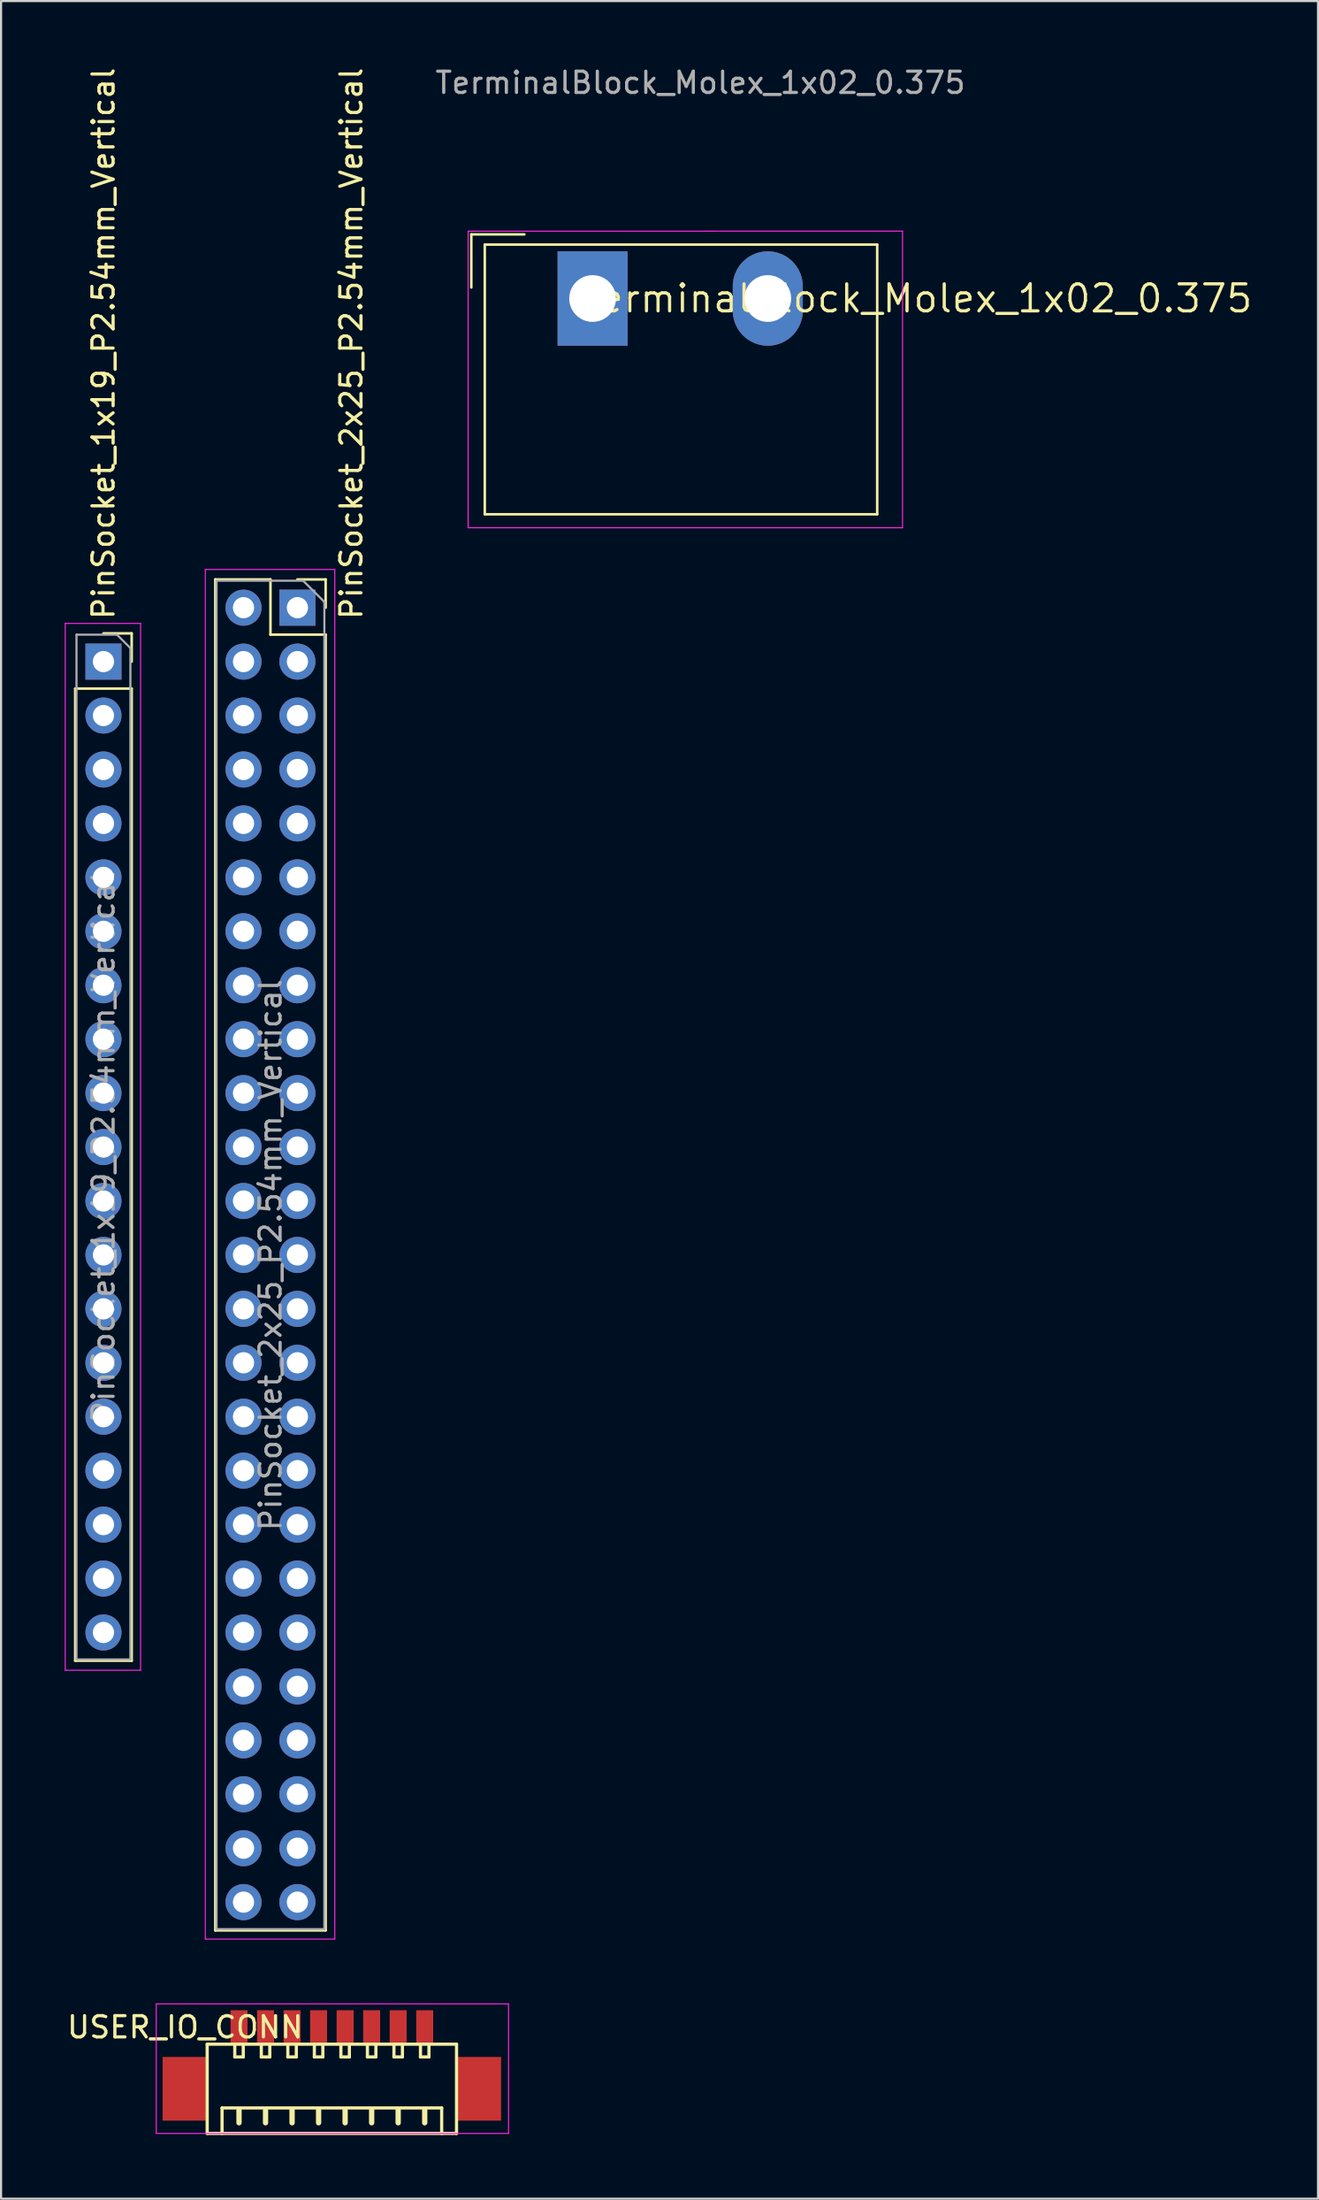
<source format=kicad_pcb>
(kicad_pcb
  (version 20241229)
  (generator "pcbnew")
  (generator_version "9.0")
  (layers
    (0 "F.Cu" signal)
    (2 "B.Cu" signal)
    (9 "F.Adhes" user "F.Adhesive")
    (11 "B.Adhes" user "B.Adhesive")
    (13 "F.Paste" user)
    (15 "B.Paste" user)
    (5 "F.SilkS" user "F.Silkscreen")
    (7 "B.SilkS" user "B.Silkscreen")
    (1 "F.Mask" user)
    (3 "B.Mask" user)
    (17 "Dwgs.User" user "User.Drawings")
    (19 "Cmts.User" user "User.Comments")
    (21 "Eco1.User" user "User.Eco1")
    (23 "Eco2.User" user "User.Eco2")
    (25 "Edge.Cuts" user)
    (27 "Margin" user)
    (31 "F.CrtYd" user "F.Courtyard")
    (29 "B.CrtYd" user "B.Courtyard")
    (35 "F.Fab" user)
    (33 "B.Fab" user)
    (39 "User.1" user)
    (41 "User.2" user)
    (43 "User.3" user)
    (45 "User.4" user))
  (footprint "USER_IO_CONN"
    (layer "F.Cu")
    (at 8.213 92.417)
    (property "Reference" "USER_IO_CONN" (at -2.54 0 180) (layer "F.SilkS") (effects (font (size 1 1) (thickness 0.15))))
    (attr through_hole)
    (fp_line (start -1.5 0.8) (end -1.5 5) (stroke (width 0.15) (type solid)) (layer "F.SilkS"))
    (fp_line (start -1.5 0.8) (end 10.25 0.8) (stroke (width 0.15) (type solid)) (layer "F.SilkS"))
    (fp_line (start -1.5 5) (end 10.25 5) (stroke (width 0.15) (type solid)) (layer "F.SilkS"))
    (fp_line (start -0.8 3.8) (end -0.8 5) (stroke (width 0.15) (type solid)) (layer "F.SilkS"))
    (fp_line (start -0.8 3.8) (end 9.55 3.8) (stroke (width 0.15) (type solid)) (layer "F.SilkS"))
    (fp_line (start -0.2 0.8) (end -0.2 1.4) (stroke (width 0.15) (type solid)) (layer "F.SilkS"))
    (fp_line (start -0.2 1.4) (end 0.2 1.4) (stroke (width 0.15) (type solid)) (layer "F.SilkS"))
    (fp_line (start 0 4.5) (end 0 3.9) (stroke (width 0.25) (type solid)) (layer "F.SilkS"))
    (fp_line (start 0.2 1.4) (end 0.2 0.8) (stroke (width 0.15) (type solid)) (layer "F.SilkS"))
    (fp_line (start 1.05 0.8) (end 1.05 1.4) (stroke (width 0.15) (type solid)) (layer "F.SilkS"))
    (fp_line (start 1.05 1.4) (end 1.45 1.4) (stroke (width 0.15) (type solid)) (layer "F.SilkS"))
    (fp_line (start 1.25 4.5) (end 1.25 3.9) (stroke (width 0.25) (type solid)) (layer "F.SilkS"))
    (fp_line (start 1.45 1.4) (end 1.45 0.8) (stroke (width 0.15) (type solid)) (layer "F.SilkS"))
    (fp_line (start 2.3 0.8) (end 2.3 1.4) (stroke (width 0.15) (type solid)) (layer "F.SilkS"))
    (fp_line (start 2.3 1.4) (end 2.7 1.4) (stroke (width 0.15) (type solid)) (layer "F.SilkS"))
    (fp_line (start 2.5 4.5) (end 2.5 3.9) (stroke (width 0.25) (type solid)) (layer "F.SilkS"))
    (fp_line (start 2.7 1.4) (end 2.7 0.8) (stroke (width 0.15) (type solid)) (layer "F.SilkS"))
    (fp_line (start 3.55 0.8) (end 3.55 1.4) (stroke (width 0.15) (type solid)) (layer "F.SilkS"))
    (fp_line (start 3.55 1.4) (end 3.95 1.4) (stroke (width 0.15) (type solid)) (layer "F.SilkS"))
    (fp_line (start 3.75 4.5) (end 3.75 3.9) (stroke (width 0.25) (type solid)) (layer "F.SilkS"))
    (fp_line (start 3.95 1.4) (end 3.95 0.8) (stroke (width 0.15) (type solid)) (layer "F.SilkS"))
    (fp_line (start 4.8 0.8) (end 4.8 1.4) (stroke (width 0.15) (type solid)) (layer "F.SilkS"))
    (fp_line (start 4.8 1.4) (end 5.2 1.4) (stroke (width 0.15) (type solid)) (layer "F.SilkS"))
    (fp_line (start 5 4.5) (end 5 3.9) (stroke (width 0.25) (type solid)) (layer "F.SilkS"))
    (fp_line (start 5.2 1.4) (end 5.2 0.8) (stroke (width 0.15) (type solid)) (layer "F.SilkS"))
    (fp_line (start 6.05 0.8) (end 6.05 1.4) (stroke (width 0.15) (type solid)) (layer "F.SilkS"))
    (fp_line (start 6.05 1.4) (end 6.45 1.4) (stroke (width 0.15) (type solid)) (layer "F.SilkS"))
    (fp_line (start 6.25 4.5) (end 6.25 3.9) (stroke (width 0.25) (type solid)) (layer "F.SilkS"))
    (fp_line (start 6.45 1.4) (end 6.45 0.8) (stroke (width 0.15) (type solid)) (layer "F.SilkS"))
    (fp_line (start 7.3 0.8) (end 7.3 1.4) (stroke (width 0.15) (type solid)) (layer "F.SilkS"))
    (fp_line (start 7.3 1.4) (end 7.7 1.4) (stroke (width 0.15) (type solid)) (layer "F.SilkS"))
    (fp_line (start 7.5 4.5) (end 7.5 3.9) (stroke (width 0.25) (type solid)) (layer "F.SilkS"))
    (fp_line (start 7.7 1.4) (end 7.7 0.8) (stroke (width 0.15) (type solid)) (layer "F.SilkS"))
    (fp_line (start 8.55 0.8) (end 8.55 1.4) (stroke (width 0.15) (type solid)) (layer "F.SilkS"))
    (fp_line (start 8.55 1.4) (end 8.95 1.4) (stroke (width 0.15) (type solid)) (layer "F.SilkS"))
    (fp_line (start 8.75 4.5) (end 8.75 3.9) (stroke (width 0.25) (type solid)) (layer "F.SilkS"))
    (fp_line (start 8.95 1.4) (end 8.95 0.8) (stroke (width 0.15) (type solid)) (layer "F.SilkS"))
    (fp_line (start 9.55 3.8) (end 9.55 5) (stroke (width 0.15) (type solid)) (layer "F.SilkS"))
    (fp_line (start 10.25 0.8) (end 10.25 5) (stroke (width 0.15) (type solid)) (layer "F.SilkS"))
    (fp_line (start -3.9 -1.1) (end 12.7 -1.1) (stroke (width 0.05) (type solid)) (layer "F.CrtYd"))
    (fp_line (start -3.9 5) (end -3.9 -1.1) (stroke (width 0.05) (type solid)) (layer "F.CrtYd"))
    (fp_line (start 12.7 -1.1) (end 12.7 5) (stroke (width 0.05) (type solid)) (layer "F.CrtYd"))
    (fp_line (start 12.7 5) (end -3.9 5) (stroke (width 0.05) (type solid)) (layer "F.CrtYd"))
    (pad "1" smd rect (at 0 0) (size 0.8 1.6) (layers "F.Cu" "F.Mask" "F.Paste"))
    (pad "2" smd rect (at 1.25 0) (size 0.8 1.6) (layers "F.Cu" "F.Mask" "F.Paste"))
    (pad "3" smd rect (at 2.5 0) (size 0.8 1.6) (layers "F.Cu" "F.Mask" "F.Paste"))
    (pad "4" smd rect (at 3.75 0) (size 0.8 1.6) (layers "F.Cu" "F.Mask" "F.Paste"))
    (pad "5" smd rect (at 5 0) (size 0.8 1.6) (layers "F.Cu" "F.Mask" "F.Paste"))
    (pad "6" smd rect (at 6.25 0) (size 0.8 1.6) (layers "F.Cu" "F.Mask" "F.Paste"))
    (pad "7" smd rect (at 7.5 0) (size 0.8 1.6) (layers "F.Cu" "F.Mask" "F.Paste"))
    (pad "8" smd rect (at 8.75 0) (size 0.8 1.6) (layers "F.Cu" "F.Mask" "F.Paste"))
    (pad "9" smd rect (at -2.55 2.9) (size 2.1 3) (layers "F.Cu" "F.Mask" "F.Paste"))
    (pad "10" smd rect (at 11.3 2.9) (size 2.1 3) (layers "F.Cu" "F.Mask" "F.Paste")))
  (footprint "PinSocket_1x19_P2.54mm_Vertical"
    (layer "F.Cu")
    (at 1.825 28.107)
    (property "Reference" "PinSocket_1x19_P2.54mm_Vertical" (at 0 -1.905 270) (layer "F.SilkS") (effects (font (size 1 1) (thickness 0.15)) (justify left)))
    (attr through_hole)
    (fp_line (start -1.33 1.27) (end -1.33 47.05) (stroke (width 0.12) (type solid)) (layer "F.SilkS"))
    (fp_line (start -1.33 1.27) (end 1.33 1.27) (stroke (width 0.12) (type solid)) (layer "F.SilkS"))
    (fp_line (start -1.33 47.05) (end 1.33 47.05) (stroke (width 0.12) (type solid)) (layer "F.SilkS"))
    (fp_line (start 0 -1.33) (end 1.33 -1.33) (stroke (width 0.12) (type solid)) (layer "F.SilkS"))
    (fp_line (start 1.33 -1.33) (end 1.33 0) (stroke (width 0.12) (type solid)) (layer "F.SilkS"))
    (fp_line (start 1.33 1.27) (end 1.33 47.05) (stroke (width 0.12) (type solid)) (layer "F.SilkS"))
    (fp_line (start -1.8 -1.8) (end 1.75 -1.8) (stroke (width 0.05) (type solid)) (layer "F.CrtYd"))
    (fp_line (start -1.8 47.5) (end -1.8 -1.8) (stroke (width 0.05) (type solid)) (layer "F.CrtYd"))
    (fp_line (start 1.75 -1.8) (end 1.75 47.5) (stroke (width 0.05) (type solid)) (layer "F.CrtYd"))
    (fp_line (start 1.75 47.5) (end -1.8 47.5) (stroke (width 0.05) (type solid)) (layer "F.CrtYd"))
    (fp_line (start -1.27 -1.27) (end 0.635 -1.27) (stroke (width 0.1) (type solid)) (layer "F.Fab"))
    (fp_line (start -1.27 46.99) (end -1.27 -1.27) (stroke (width 0.1) (type solid)) (layer "F.Fab"))
    (fp_line (start 0.635 -1.27) (end 1.27 -0.635) (stroke (width 0.1) (type solid)) (layer "F.Fab"))
    (fp_line (start 1.27 -0.635) (end 1.27 46.99) (stroke (width 0.1) (type solid)) (layer "F.Fab"))
    (fp_line (start 1.27 46.99) (end -1.27 46.99) (stroke (width 0.1) (type solid)) (layer "F.Fab"))
    (fp_text user "${REFERENCE}" (at 0 22.86 90) (layer "F.Fab") (effects (font (size 1 1) (thickness 0.15))))
    (pad "1" thru_hole rect (at 0 0) (size 1.7 1.7) (drill 1) (layers "*.Cu" "*.Mask"))
    (pad "2" thru_hole oval (at 0 2.54) (size 1.7 1.7) (drill 1) (layers "*.Cu" "*.Mask"))
    (pad "3" thru_hole oval (at 0 5.08) (size 1.7 1.7) (drill 1) (layers "*.Cu" "*.Mask"))
    (pad "4" thru_hole oval (at 0 7.62) (size 1.7 1.7) (drill 1) (layers "*.Cu" "*.Mask"))
    (pad "5" thru_hole oval (at 0 10.16) (size 1.7 1.7) (drill 1) (layers "*.Cu" "*.Mask"))
    (pad "6" thru_hole oval (at 0 12.7) (size 1.7 1.7) (drill 1) (layers "*.Cu" "*.Mask"))
    (pad "7" thru_hole oval (at 0 15.24) (size 1.7 1.7) (drill 1) (layers "*.Cu" "*.Mask"))
    (pad "8" thru_hole oval (at 0 17.78) (size 1.7 1.7) (drill 1) (layers "*.Cu" "*.Mask"))
    (pad "9" thru_hole oval (at 0 20.32) (size 1.7 1.7) (drill 1) (layers "*.Cu" "*.Mask"))
    (pad "10" thru_hole oval (at 0 22.86) (size 1.7 1.7) (drill 1) (layers "*.Cu" "*.Mask"))
    (pad "11" thru_hole oval (at 0 25.4) (size 1.7 1.7) (drill 1) (layers "*.Cu" "*.Mask"))
    (pad "12" thru_hole oval (at 0 27.94) (size 1.7 1.7) (drill 1) (layers "*.Cu" "*.Mask"))
    (pad "13" thru_hole oval (at 0 30.48) (size 1.7 1.7) (drill 1) (layers "*.Cu" "*.Mask"))
    (pad "14" thru_hole oval (at 0 33.02) (size 1.7 1.7) (drill 1) (layers "*.Cu" "*.Mask"))
    (pad "15" thru_hole oval (at 0 35.56) (size 1.7 1.7) (drill 1) (layers "*.Cu" "*.Mask"))
    (pad "16" thru_hole oval (at 0 38.1) (size 1.7 1.7) (drill 1) (layers "*.Cu" "*.Mask"))
    (pad "17" thru_hole oval (at 0 40.64) (size 1.7 1.7) (drill 1) (layers "*.Cu" "*.Mask"))
    (pad "18" thru_hole oval (at 0 43.18) (size 1.7 1.7) (drill 1) (layers "*.Cu" "*.Mask"))
    (pad "19" thru_hole oval (at 0 45.72) (size 1.7 1.7) (drill 1) (layers "*.Cu" "*.Mask")))
  (footprint "PinSocket_2x25_P2.54mm_Vertical"
    (layer "F.Cu")
    (at 10.965 25.567)
    (property "Reference" "PinSocket_2x25_P2.54mm_Vertical" (at 2.54 0.635 90) (layer "F.SilkS") (effects (font (size 1 1) (thickness 0.15)) (justify left)))
    (attr through_hole)
    (fp_line (start -3.87 -1.33) (end -3.87 62.29) (stroke (width 0.12) (type solid)) (layer "F.SilkS"))
    (fp_line (start -3.87 -1.33) (end -1.27 -1.33) (stroke (width 0.12) (type solid)) (layer "F.SilkS"))
    (fp_line (start -3.87 62.29) (end 1.33 62.29) (stroke (width 0.12) (type solid)) (layer "F.SilkS"))
    (fp_line (start -1.27 -1.33) (end -1.27 1.27) (stroke (width 0.12) (type solid)) (layer "F.SilkS"))
    (fp_line (start -1.27 1.27) (end 1.33 1.27) (stroke (width 0.12) (type solid)) (layer "F.SilkS"))
    (fp_line (start 0 -1.33) (end 1.33 -1.33) (stroke (width 0.12) (type solid)) (layer "F.SilkS"))
    (fp_line (start 1.33 -1.33) (end 1.33 0) (stroke (width 0.12) (type solid)) (layer "F.SilkS"))
    (fp_line (start 1.33 1.27) (end 1.33 62.29) (stroke (width 0.12) (type solid)) (layer "F.SilkS"))
    (fp_line (start -4.34 -1.8) (end 1.76 -1.8) (stroke (width 0.05) (type solid)) (layer "F.CrtYd"))
    (fp_line (start -4.34 62.7) (end -4.34 -1.8) (stroke (width 0.05) (type solid)) (layer "F.CrtYd"))
    (fp_line (start 1.76 -1.8) (end 1.76 62.7) (stroke (width 0.05) (type solid)) (layer "F.CrtYd"))
    (fp_line (start 1.76 62.7) (end -4.34 62.7) (stroke (width 0.05) (type solid)) (layer "F.CrtYd"))
    (fp_line (start -3.81 -1.27) (end 0.27 -1.27) (stroke (width 0.1) (type solid)) (layer "F.Fab"))
    (fp_line (start -3.81 62.23) (end -3.81 -1.27) (stroke (width 0.1) (type solid)) (layer "F.Fab"))
    (fp_line (start 0.27 -1.27) (end 1.27 -0.27) (stroke (width 0.1) (type solid)) (layer "F.Fab"))
    (fp_line (start 1.27 -0.27) (end 1.27 62.23) (stroke (width 0.1) (type solid)) (layer "F.Fab"))
    (fp_line (start 1.27 62.23) (end -3.81 62.23) (stroke (width 0.1) (type solid)) (layer "F.Fab"))
    (fp_text user "${REFERENCE}" (at -1.27 30.48 270) (layer "F.Fab") (effects (font (size 1 1) (thickness 0.15))))
    (pad "1" thru_hole rect (at 0 0) (size 1.7 1.7) (drill 1) (layers "*.Cu" "*.Mask"))
    (pad "2" thru_hole oval (at -2.54 0) (size 1.7 1.7) (drill 1) (layers "*.Cu" "*.Mask"))
    (pad "3" thru_hole oval (at 0 2.54) (size 1.7 1.7) (drill 1) (layers "*.Cu" "*.Mask"))
    (pad "4" thru_hole oval (at -2.54 2.54) (size 1.7 1.7) (drill 1) (layers "*.Cu" "*.Mask"))
    (pad "5" thru_hole oval (at 0 5.08) (size 1.7 1.7) (drill 1) (layers "*.Cu" "*.Mask"))
    (pad "6" thru_hole oval (at -2.54 5.08) (size 1.7 1.7) (drill 1) (layers "*.Cu" "*.Mask"))
    (pad "7" thru_hole oval (at 0 7.62) (size 1.7 1.7) (drill 1) (layers "*.Cu" "*.Mask"))
    (pad "8" thru_hole oval (at -2.54 7.62) (size 1.7 1.7) (drill 1) (layers "*.Cu" "*.Mask"))
    (pad "9" thru_hole oval (at 0 10.16) (size 1.7 1.7) (drill 1) (layers "*.Cu" "*.Mask"))
    (pad "10" thru_hole oval (at -2.54 10.16) (size 1.7 1.7) (drill 1) (layers "*.Cu" "*.Mask"))
    (pad "11" thru_hole oval (at 0 12.7) (size 1.7 1.7) (drill 1) (layers "*.Cu" "*.Mask"))
    (pad "12" thru_hole oval (at -2.54 12.7) (size 1.7 1.7) (drill 1) (layers "*.Cu" "*.Mask"))
    (pad "13" thru_hole oval (at 0 15.24) (size 1.7 1.7) (drill 1) (layers "*.Cu" "*.Mask"))
    (pad "14" thru_hole oval (at -2.54 15.24) (size 1.7 1.7) (drill 1) (layers "*.Cu" "*.Mask"))
    (pad "15" thru_hole oval (at 0 17.78) (size 1.7 1.7) (drill 1) (layers "*.Cu" "*.Mask"))
    (pad "16" thru_hole oval (at -2.54 17.78) (size 1.7 1.7) (drill 1) (layers "*.Cu" "*.Mask"))
    (pad "17" thru_hole oval (at 0 20.32) (size 1.7 1.7) (drill 1) (layers "*.Cu" "*.Mask"))
    (pad "18" thru_hole oval (at -2.54 20.32) (size 1.7 1.7) (drill 1) (layers "*.Cu" "*.Mask"))
    (pad "19" thru_hole oval (at 0 22.86) (size 1.7 1.7) (drill 1) (layers "*.Cu" "*.Mask"))
    (pad "20" thru_hole oval (at -2.54 22.86) (size 1.7 1.7) (drill 1) (layers "*.Cu" "*.Mask"))
    (pad "21" thru_hole oval (at 0 25.4) (size 1.7 1.7) (drill 1) (layers "*.Cu" "*.Mask"))
    (pad "22" thru_hole oval (at -2.54 25.4) (size 1.7 1.7) (drill 1) (layers "*.Cu" "*.Mask"))
    (pad "23" thru_hole oval (at 0 27.94) (size 1.7 1.7) (drill 1) (layers "*.Cu" "*.Mask"))
    (pad "24" thru_hole oval (at -2.54 27.94) (size 1.7 1.7) (drill 1) (layers "*.Cu" "*.Mask"))
    (pad "25" thru_hole oval (at 0 30.48) (size 1.7 1.7) (drill 1) (layers "*.Cu" "*.Mask"))
    (pad "26" thru_hole oval (at -2.54 30.48) (size 1.7 1.7) (drill 1) (layers "*.Cu" "*.Mask"))
    (pad "27" thru_hole oval (at 0 33.02) (size 1.7 1.7) (drill 1) (layers "*.Cu" "*.Mask"))
    (pad "28" thru_hole oval (at -2.54 33.02) (size 1.7 1.7) (drill 1) (layers "*.Cu" "*.Mask"))
    (pad "29" thru_hole oval (at 0 35.56) (size 1.7 1.7) (drill 1) (layers "*.Cu" "*.Mask"))
    (pad "30" thru_hole oval (at -2.54 35.56) (size 1.7 1.7) (drill 1) (layers "*.Cu" "*.Mask"))
    (pad "31" thru_hole oval (at 0 38.1) (size 1.7 1.7) (drill 1) (layers "*.Cu" "*.Mask"))
    (pad "32" thru_hole oval (at -2.54 38.1) (size 1.7 1.7) (drill 1) (layers "*.Cu" "*.Mask"))
    (pad "33" thru_hole oval (at 0 40.64) (size 1.7 1.7) (drill 1) (layers "*.Cu" "*.Mask"))
    (pad "34" thru_hole oval (at -2.54 40.64) (size 1.7 1.7) (drill 1) (layers "*.Cu" "*.Mask"))
    (pad "35" thru_hole oval (at 0 43.18) (size 1.7 1.7) (drill 1) (layers "*.Cu" "*.Mask"))
    (pad "36" thru_hole oval (at -2.54 43.18) (size 1.7 1.7) (drill 1) (layers "*.Cu" "*.Mask"))
    (pad "37" thru_hole oval (at 0 45.72) (size 1.7 1.7) (drill 1) (layers "*.Cu" "*.Mask"))
    (pad "38" thru_hole oval (at -2.54 45.72) (size 1.7 1.7) (drill 1) (layers "*.Cu" "*.Mask"))
    (pad "39" thru_hole oval (at 0 48.26) (size 1.7 1.7) (drill 1) (layers "*.Cu" "*.Mask"))
    (pad "40" thru_hole oval (at -2.54 48.26) (size 1.7 1.7) (drill 1) (layers "*.Cu" "*.Mask"))
    (pad "41" thru_hole oval (at 0 50.8) (size 1.7 1.7) (drill 1) (layers "*.Cu" "*.Mask"))
    (pad "42" thru_hole oval (at -2.54 50.8) (size 1.7 1.7) (drill 1) (layers "*.Cu" "*.Mask"))
    (pad "43" thru_hole oval (at 0 53.34) (size 1.7 1.7) (drill 1) (layers "*.Cu" "*.Mask"))
    (pad "44" thru_hole oval (at -2.54 53.34) (size 1.7 1.7) (drill 1) (layers "*.Cu" "*.Mask"))
    (pad "45" thru_hole oval (at 0 55.88) (size 1.7 1.7) (drill 1) (layers "*.Cu" "*.Mask"))
    (pad "46" thru_hole oval (at -2.54 55.88) (size 1.7 1.7) (drill 1) (layers "*.Cu" "*.Mask"))
    (pad "47" thru_hole oval (at 0 58.42) (size 1.7 1.7) (drill 1) (layers "*.Cu" "*.Mask"))
    (pad "48" thru_hole oval (at -2.54 58.42) (size 1.7 1.7) (drill 1) (layers "*.Cu" "*.Mask"))
    (pad "49" thru_hole oval (at 0 60.96) (size 1.7 1.7) (drill 1) (layers "*.Cu" "*.Mask"))
    (pad "50" thru_hole oval (at -2.54 60.96) (size 1.7 1.7) (drill 1) (layers "*.Cu" "*.Mask")))
  (footprint "TerminalBlock_Molex_1x02_0.375"
    (layer "F.Cu")
    (at 24.874 11.008)
    (property "Reference" "TerminalBlock_Molex_1x02_0.375" (at 15.24 0 0) (layer "F.SilkS") (effects (font (size 1.27 1.27) (thickness 0.15))))
    (attr through_hole)
    (fp_line (start -5.715 -3.02) (end -3.215 -3.02) (stroke (width 0.12) (type solid)) (layer "F.SilkS"))
    (fp_line (start -5.715 -0.52) (end -5.715 -3.02) (stroke (width 0.12) (type solid)) (layer "F.SilkS"))
    (fp_line (start -5.08 -2.54) (end 13.411 -2.54) (stroke (width 0.12) (type solid)) (layer "F.SilkS"))
    (fp_line (start -5.08 10.16) (end -5.08 -2.54) (stroke (width 0.12) (type solid)) (layer "F.SilkS"))
    (fp_line (start -5.08 10.16) (end 13.411 10.16) (stroke (width 0.12) (type solid)) (layer "F.SilkS"))
    (fp_line (start 13.411 10.16) (end 13.411 -2.54) (stroke (width 0.12) (type solid)) (layer "F.SilkS"))
    (fp_line (start -5.865 -3.17) (end 14.605 -3.175) (stroke (width 0.05) (type solid)) (layer "F.CrtYd"))
    (fp_line (start -5.865 10.795) (end -5.865 -3.17) (stroke (width 0.05) (type solid)) (layer "F.CrtYd"))
    (fp_line (start -5.865 10.795) (end 14.605 10.795) (stroke (width 0.05) (type solid)) (layer "F.CrtYd"))
    (fp_line (start 14.605 -3.17) (end 14.605 10.795) (stroke (width 0.05) (type solid)) (layer "F.CrtYd"))
    (fp_text user "${REFERENCE}" (at 5.08 -10.16 0) (layer "F.Fab") (effects (font (size 1 1) (thickness 0.15))))
    (pad "1" thru_hole rect (at 0 0) (size 3.3 4.445) (drill 2.2) (layers "*.Cu" "*.Mask"))
    (pad "2" thru_hole oval (at 8.255 0) (size 3.3 4.445) (drill 2.2) (layers "*.Cu" "*.Mask")))
  (gr_rect
    (start -3 -3)
    (end 59.057 100.492)
    (stroke (width 0.1) (type default))
    (fill no)
    (layer "Edge.Cuts")))
</source>
